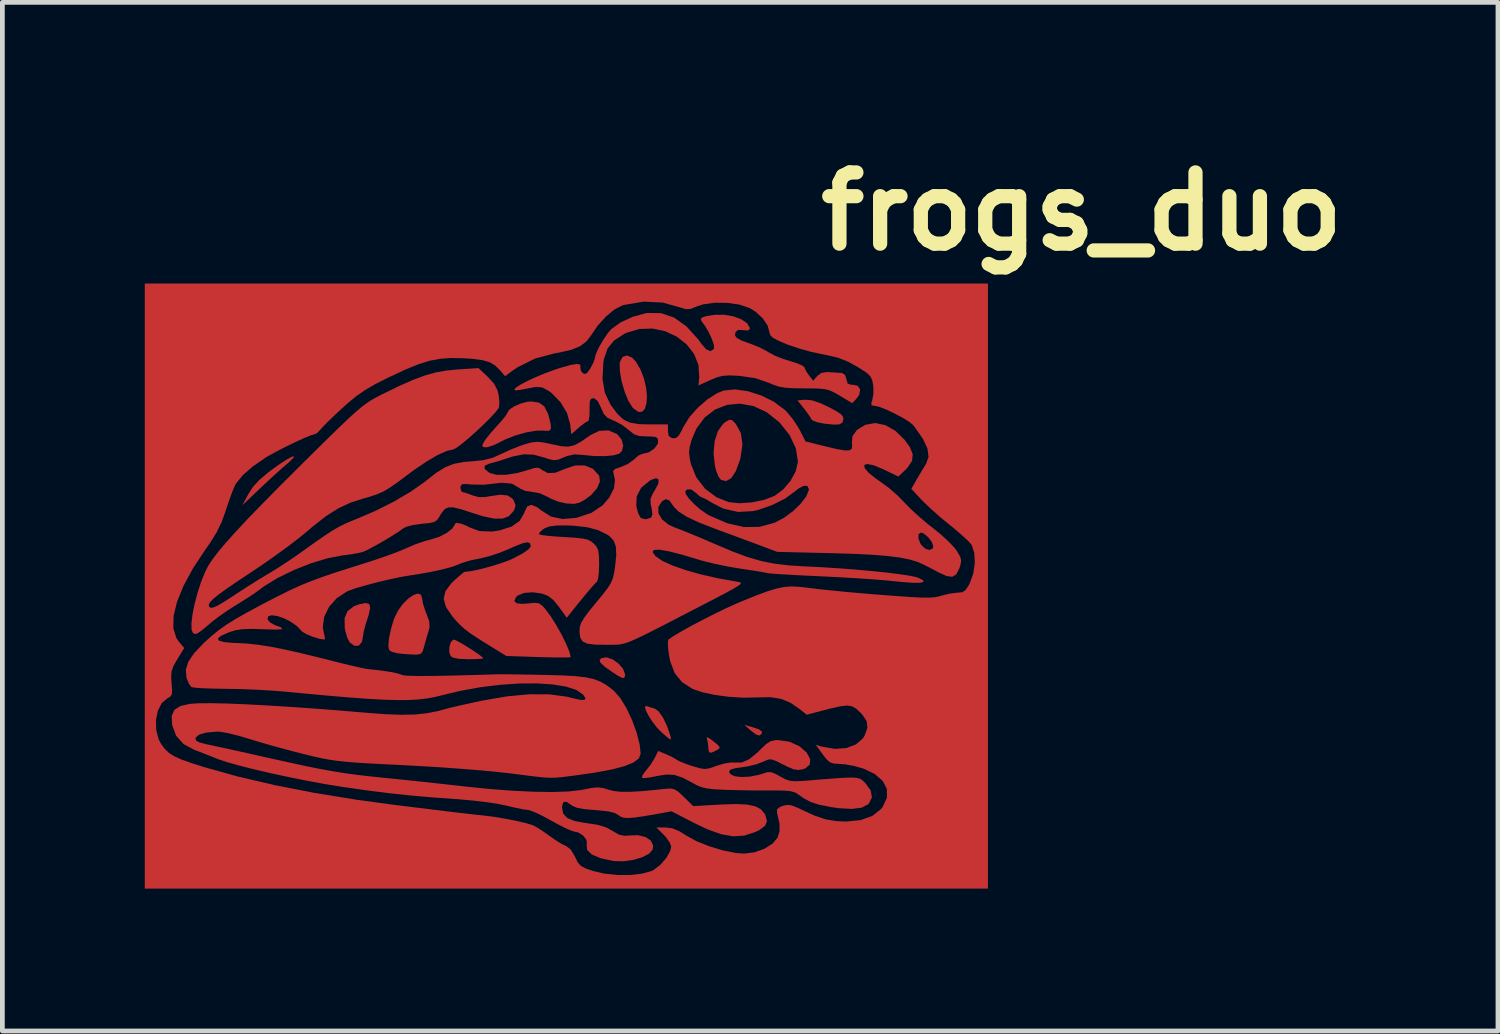
<source format=kicad_pcb>
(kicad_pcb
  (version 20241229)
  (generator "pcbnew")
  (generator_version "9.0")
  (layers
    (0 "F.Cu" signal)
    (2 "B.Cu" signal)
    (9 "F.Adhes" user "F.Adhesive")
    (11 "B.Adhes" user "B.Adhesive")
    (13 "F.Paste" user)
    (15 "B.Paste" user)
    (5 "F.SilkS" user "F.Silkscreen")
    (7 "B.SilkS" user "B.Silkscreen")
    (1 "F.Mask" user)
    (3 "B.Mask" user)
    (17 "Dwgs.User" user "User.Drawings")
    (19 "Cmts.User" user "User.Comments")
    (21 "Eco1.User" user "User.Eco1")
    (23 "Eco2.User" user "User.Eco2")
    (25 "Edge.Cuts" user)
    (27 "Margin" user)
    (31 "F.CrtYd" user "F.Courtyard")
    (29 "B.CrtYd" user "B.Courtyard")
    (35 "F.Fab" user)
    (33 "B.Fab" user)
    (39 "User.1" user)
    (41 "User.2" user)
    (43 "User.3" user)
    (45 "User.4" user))
  (footprint "frogs_duo"
    (layer "F.Cu")
    (at 19.74 1.404)
    (property "Reference" "frogs_duo" (at 0 0 0) (layer "F.SilkS") (effects (font (size 1.5 1.5) (thickness 0.3))))
    (attr board_only exclude_from_pos_files exclude_from_bom)
    (fp_poly (pts (xy -6.961 10.857) (xy -6.811 10.907) (xy -6.742 10.952) (xy -6.743 11.001) (xy -6.794 11.04) (xy -6.87 11.015) (xy -6.98 10.93) (xy -7.109 10.816)) (stroke (width 0) (type solid)) (fill yes) (layer "F.Cu"))
    (fp_poly (pts (xy -7.844 11.1) (xy -7.763 11.161) (xy -7.663 11.243) (xy -7.628 11.29) (xy -7.65 11.323) (xy -7.697 11.351) (xy -7.803 11.401) (xy -7.854 11.391) (xy -7.868 11.316) (xy -7.868 11.3) (xy -7.881 11.176) (xy -7.9 11.108) (xy -7.899 11.073)) (stroke (width 0) (type solid)) (fill yes) (layer "F.Cu"))
    (fp_poly (pts (xy -9.886 9.435) (xy -9.762 9.522) (xy -9.666 9.633) (xy -9.623 9.752) (xy -9.625 9.79) (xy -9.643 9.827) (xy -9.688 9.825) (xy -9.776 9.778) (xy -9.892 9.703) (xy -10.052 9.589) (xy -10.139 9.508) (xy -10.16 9.452) (xy -10.124 9.411) (xy -10.015 9.392)) (stroke (width 0) (type solid)) (fill yes) (layer "F.Cu"))
    (fp_poly (pts (xy -16.607 5.187) (xy -16.682 5.264) (xy -16.752 5.325) (xy -16.875 5.431) (xy -17.037 5.578) (xy -17.215 5.743) (xy -17.32 5.842) (xy -17.684 6.189) (xy -17.556 5.95) (xy -17.46 5.801) (xy -17.328 5.657) (xy -17.142 5.5) (xy -17.054 5.433) (xy -16.881 5.31) (xy -16.742 5.221) (xy -16.645 5.169) (xy -16.598 5.157)) (stroke (width 0) (type solid)) (fill yes) (layer "F.Cu"))
    (fp_poly (pts (xy -9.171 10.419) (xy -9.071 10.452) (xy -8.998 10.472) (xy -8.915 10.532) (xy -8.824 10.662) (xy -8.739 10.839) (xy -8.673 11.032) (xy -8.656 11.101) (xy -8.664 11.124) (xy -8.711 11.096) (xy -8.809 11.012) (xy -8.856 10.971) (xy -8.952 10.872) (xy -9.045 10.751) (xy -9.125 10.628) (xy -9.181 10.519) (xy -9.204 10.442) (xy -9.184 10.416)) (stroke (width 0) (type solid)) (fill yes) (layer "F.Cu"))
    (fp_poly (pts (xy -15.011 8.271) (xy -14.992 8.354) (xy -15.025 8.505) (xy -15.052 8.586) (xy -15.1 8.739) (xy -15.132 8.868) (xy -15.139 8.922) (xy -15.165 9.068) (xy -15.233 9.147) (xy -15.327 9.15) (xy -15.425 9.076) (xy -15.474 8.983) (xy -15.515 8.842) (xy -15.528 8.774) (xy -15.531 8.566) (xy -15.467 8.417) (xy -15.33 8.314) (xy -15.227 8.276) (xy -15.088 8.248)) (stroke (width 0) (type solid)) (fill yes) (layer "F.Cu"))
    (fp_poly (pts (xy -13.172 9.042) (xy -13.064 9.101) (xy -12.932 9.181) (xy -12.797 9.267) (xy -12.685 9.345) (xy -12.618 9.4) (xy -12.608 9.414) (xy -12.65 9.423) (xy -12.761 9.43) (xy -12.916 9.433) (xy -12.924 9.433) (xy -13.128 9.424) (xy -13.252 9.397) (xy -13.297 9.366) (xy -13.327 9.281) (xy -13.323 9.17) (xy -13.292 9.071) (xy -13.241 9.02) (xy -13.231 9.019)) (stroke (width 0) (type solid)) (fill yes) (layer "F.Cu"))
    (fp_poly (pts (xy -9.477 3.078) (xy -9.396 3.163) (xy -9.295 3.336) (xy -9.224 3.523) (xy -9.18 3.711) (xy -9.162 3.887) (xy -9.171 4.039) (xy -9.204 4.154) (xy -9.261 4.219) (xy -9.342 4.223) (xy -9.444 4.152) (xy -9.465 4.13) (xy -9.552 3.994) (xy -9.631 3.801) (xy -9.695 3.582) (xy -9.732 3.371) (xy -9.736 3.199) (xy -9.731 3.169) (xy -9.675 3.065) (xy -9.584 3.034)) (stroke (width 0) (type solid)) (fill yes) (layer "F.Cu"))
    (fp_poly (pts (xy -7.369 4.396) (xy -7.298 4.467) (xy -7.289 4.477) (xy -7.183 4.67) (xy -7.15 4.912) (xy -7.192 5.195) (xy -7.202 5.232) (xy -7.29 5.471) (xy -7.388 5.621) (xy -7.497 5.68) (xy -7.602 5.655) (xy -7.655 5.587) (xy -7.706 5.457) (xy -7.73 5.363) (xy -7.759 5.092) (xy -7.736 4.839) (xy -7.666 4.625) (xy -7.553 4.469) (xy -7.51 4.436) (xy -7.426 4.388)) (stroke (width 0) (type solid)) (fill yes) (layer "F.Cu"))
    (fp_poly (pts (xy -5.689 3.978) (xy -5.506 4.039) (xy -5.339 4.118) (xy -5.171 4.207) (xy -5.073 4.272) (xy -5.029 4.328) (xy -5.024 4.385) (xy -5.048 4.451) (xy -5.108 4.485) (xy -5.22 4.491) (xy -5.402 4.473) (xy -5.45 4.466) (xy -5.584 4.438) (xy -5.674 4.402) (xy -5.694 4.382) (xy -5.732 4.318) (xy -5.807 4.213) (xy -5.851 4.155) (xy -5.991 3.98) (xy -5.829 3.966)) (stroke (width 0) (type solid)) (fill yes) (layer "F.Cu"))
    (fp_poly (pts (xy -13.921 8.074) (xy -13.896 8.162) (xy -13.878 8.269) (xy -13.831 8.413) (xy -13.805 8.478) (xy -13.748 8.634) (xy -13.741 8.753) (xy -13.756 8.818) (xy -13.796 8.949) (xy -13.841 9.11) (xy -13.85 9.145) (xy -13.886 9.267) (xy -13.931 9.322) (xy -14.015 9.336) (xy -14.094 9.334) (xy -14.256 9.324) (xy -14.404 9.31) (xy -14.425 9.307) (xy -14.533 9.278) (xy -14.593 9.239) (xy -14.609 9.149) (xy -14.596 8.998) (xy -14.558 8.811) (xy -14.5 8.613) (xy -14.486 8.573) (xy -14.408 8.413) (xy -14.306 8.271) (xy -14.193 8.157) (xy -14.082 8.08) (xy -13.987 8.049)) (stroke (width 0) (type solid)) (fill yes) (layer "F.Cu"))
    (fp_poly (pts (xy -11.437 4.027) (xy -11.323 4.108) (xy -11.246 4.26) (xy -11.23 4.315) (xy -11.189 4.483) (xy -11.185 4.58) (xy -11.223 4.621) (xy -11.309 4.621) (xy -11.331 4.617) (xy -11.494 4.618) (xy -11.705 4.654) (xy -11.934 4.719) (xy -12.15 4.804) (xy -12.247 4.854) (xy -12.386 4.922) (xy -12.51 4.963) (xy -12.552 4.969) (xy -12.624 4.96) (xy -12.626 4.914) (xy -12.603 4.866) (xy -12.545 4.78) (xy -12.444 4.656) (xy -12.326 4.524) (xy -12.215 4.4) (xy -12.135 4.299) (xy -12.102 4.242) (xy -12.102 4.24) (xy -12.061 4.175) (xy -11.958 4.106) (xy -11.82 4.046) (xy -11.676 4.009) (xy -11.605 4.003)) (stroke (width 0) (type solid)) (fill yes) (layer "F.Cu"))
    (fp_poly (pts (xy -6.163 11.17) (xy -5.95 11.265) (xy -5.8 11.396) (xy -5.723 11.537) (xy -5.731 11.65) (xy -5.823 11.73) (xy -5.876 11.75) (xy -5.973 11.766) (xy -6.073 11.751) (xy -6.205 11.696) (xy -6.29 11.652) (xy -6.436 11.579) (xy -6.529 11.544) (xy -6.6 11.544) (xy -6.678 11.574) (xy -6.719 11.594) (xy -6.863 11.648) (xy -7.042 11.69) (xy -7.122 11.702) (xy -7.303 11.728) (xy -7.403 11.758) (xy -7.433 11.798) (xy -7.405 11.853) (xy -7.318 11.897) (xy -7.171 11.914) (xy -6.992 11.905) (xy -6.809 11.869) (xy -6.742 11.849) (xy -6.627 11.813) (xy -6.541 11.813) (xy -6.443 11.853) (xy -6.358 11.901) (xy -6.245 11.962) (xy -6.146 11.994) (xy -6.029 12.003) (xy -5.861 11.995) (xy -5.804 11.991) (xy -5.46 11.962) (xy -5.195 11.942) (xy -4.997 11.929) (xy -4.855 11.925) (xy -4.756 11.93) (xy -4.688 11.946) (xy -4.639 11.971) (xy -4.596 12.008) (xy -4.557 12.048) (xy -4.448 12.198) (xy -4.423 12.342) (xy -4.485 12.469) (xy -4.506 12.49) (xy -4.64 12.56) (xy -4.843 12.586) (xy -5.12 12.571) (xy -5.292 12.546) (xy -5.531 12.499) (xy -5.711 12.441) (xy -5.864 12.359) (xy -5.978 12.278) (xy -6.045 12.238) (xy -6.133 12.213) (xy -6.263 12.2) (xy -6.456 12.197) (xy -6.553 12.197) (xy -6.819 12.198) (xy -7.124 12.194) (xy -7.414 12.187) (xy -7.5 12.184) (xy -7.729 12.173) (xy -7.891 12.156) (xy -8.012 12.128) (xy -8.118 12.084) (xy -8.198 12.04) (xy -8.409 11.928) (xy -8.583 11.87) (xy -8.752 11.861) (xy -8.95 11.893) (xy -8.958 11.895) (xy -9.107 11.924) (xy -9.219 11.937) (xy -9.263 11.932) (xy -9.261 11.887) (xy -9.207 11.806) (xy -9.189 11.786) (xy -9.085 11.654) (xy -9 11.515) (xy -8.924 11.365) (xy -8.757 11.435) (xy -8.634 11.492) (xy -8.545 11.543) (xy -8.534 11.551) (xy -8.464 11.588) (xy -8.335 11.639) (xy -8.209 11.682) (xy -8.056 11.728) (xy -7.951 11.745) (xy -7.855 11.733) (xy -7.729 11.691) (xy -7.692 11.677) (xy -7.534 11.63) (xy -7.391 11.607) (xy -7.326 11.609) (xy -7.17 11.609) (xy -7.012 11.542) (xy -6.837 11.4) (xy -6.777 11.34) (xy -6.654 11.221) (xy -6.557 11.159) (xy -6.454 11.137) (xy -6.402 11.136)) (stroke (width 0) (type solid)) (fill yes) (layer "F.Cu"))
    (fp_poly (pts (xy -12.517 3.481) (xy -12.383 3.627) (xy -12.309 3.771) (xy -12.286 3.866) (xy -12.271 4.006) (xy -12.277 4.115) (xy -12.286 4.141) (xy -12.35 4.227) (xy -12.462 4.348) (xy -12.606 4.491) (xy -12.766 4.641) (xy -12.926 4.783) (xy -13.07 4.902) (xy -13.183 4.985) (xy -13.248 5.016) (xy -13.248 5.016) (xy -13.383 5.046) (xy -13.572 5.132) (xy -13.804 5.268) (xy -14.066 5.445) (xy -14.209 5.551) (xy -14.421 5.71) (xy -14.584 5.823) (xy -14.723 5.904) (xy -14.86 5.963) (xy -15.019 6.015) (xy -15.139 6.048) (xy -15.413 6.137) (xy -15.666 6.256) (xy -15.922 6.418) (xy -16.201 6.636) (xy -16.319 6.737) (xy -16.494 6.881) (xy -16.725 7.057) (xy -16.99 7.25) (xy -17.267 7.444) (xy -17.486 7.591) (xy -17.791 7.793) (xy -18.024 7.953) (xy -18.194 8.077) (xy -18.308 8.171) (xy -18.372 8.24) (xy -18.394 8.291) (xy -18.386 8.324) (xy -18.354 8.349) (xy -18.298 8.344) (xy -18.206 8.304) (xy -18.067 8.222) (xy -17.868 8.093) (xy -17.808 8.053) (xy -17.599 7.917) (xy -17.378 7.778) (xy -17.181 7.657) (xy -17.117 7.62) (xy -16.948 7.517) (xy -16.738 7.38) (xy -16.519 7.231) (xy -16.404 7.149) (xy -16.144 6.963) (xy -15.94 6.822) (xy -15.776 6.715) (xy -15.634 6.634) (xy -15.497 6.567) (xy -15.349 6.505) (xy -15.28 6.478) (xy -14.884 6.309) (xy -14.498 6.115) (xy -14.147 5.909) (xy -13.856 5.706) (xy -13.811 5.669) (xy -13.593 5.5) (xy -13.409 5.387) (xy -13.229 5.317) (xy -13.025 5.278) (xy -12.841 5.263) (xy -12.602 5.239) (xy -12.409 5.188) (xy -12.235 5.11) (xy -12.045 5.022) (xy -11.839 4.94) (xy -11.728 4.903) (xy -11.591 4.866) (xy -11.48 4.853) (xy -11.36 4.863) (xy -11.196 4.897) (xy -11.147 4.908) (xy -10.961 4.946) (xy -10.82 4.955) (xy -10.695 4.926) (xy -10.557 4.854) (xy -10.38 4.731) (xy -10.358 4.715) (xy -10.166 4.622) (xy -9.974 4.612) (xy -9.799 4.686) (xy -9.784 4.697) (xy -9.694 4.808) (xy -9.662 4.934) (xy -9.689 5.047) (xy -9.748 5.104) (xy -9.868 5.138) (xy -10.049 5.154) (xy -10.264 5.153) (xy -10.485 5.132) (xy -10.505 5.129) (xy -10.69 5.118) (xy -10.851 5.154) (xy -10.912 5.18) (xy -11.03 5.228) (xy -11.12 5.24) (xy -11.224 5.218) (xy -11.319 5.186) (xy -11.549 5.123) (xy -11.76 5.116) (xy -11.992 5.163) (xy -12.097 5.197) (xy -12.263 5.251) (xy -12.413 5.295) (xy -12.485 5.313) (xy -12.578 5.355) (xy -12.584 5.417) (xy -12.504 5.49) (xy -12.466 5.512) (xy -12.326 5.548) (xy -12.126 5.547) (xy -11.891 5.51) (xy -11.673 5.448) (xy -11.539 5.406) (xy -11.459 5.398) (xy -11.402 5.422) (xy -11.371 5.448) (xy -11.248 5.512) (xy -11.092 5.504) (xy -10.905 5.43) (xy -10.682 5.352) (xy -10.475 5.35) (xy -10.3 5.421) (xy -10.173 5.561) (xy -10.168 5.57) (xy -10.153 5.69) (xy -10.212 5.829) (xy -10.335 5.971) (xy -10.447 6.057) (xy -10.577 6.132) (xy -10.693 6.16) (xy -10.844 6.153) (xy -10.861 6.151) (xy -11.035 6.112) (xy -11.194 6.047) (xy -11.239 6.02) (xy -11.42 5.935) (xy -11.58 5.908) (xy -11.724 5.886) (xy -11.833 5.84) (xy -11.85 5.826) (xy -12.006 5.735) (xy -12.22 5.714) (xy -12.346 5.729) (xy -12.592 5.757) (xy -12.856 5.752) (xy -12.953 5.743) (xy -13.052 5.744) (xy -13.088 5.787) (xy -13.091 5.821) (xy -13.072 5.896) (xy -13.045 5.913) (xy -12.975 5.93) (xy -12.863 5.971) (xy -12.844 5.979) (xy -12.71 6.017) (xy -12.563 6.015) (xy -12.46 5.997) (xy -12.244 5.967) (xy -12.094 5.984) (xy -11.995 6.051) (xy -11.963 6.099) (xy -11.929 6.194) (xy -11.956 6.283) (xy -11.98 6.323) (xy -12.075 6.422) (xy -12.206 6.471) (xy -12.385 6.47) (xy -12.621 6.42) (xy -12.852 6.347) (xy -13.078 6.273) (xy -13.237 6.235) (xy -13.347 6.235) (xy -13.426 6.274) (xy -13.491 6.356) (xy -13.53 6.423) (xy -13.579 6.497) (xy -13.641 6.54) (xy -13.743 6.564) (xy -13.907 6.58) (xy -14.094 6.605) (xy -14.237 6.644) (xy -14.294 6.675) (xy -14.39 6.744) (xy -14.54 6.84) (xy -14.717 6.946) (xy -14.896 7.047) (xy -15.047 7.128) (xy -15.139 7.17) (xy -15.244 7.196) (xy -15.404 7.224) (xy -15.569 7.245) (xy -15.881 7.303) (xy -16.232 7.409) (xy -16.592 7.551) (xy -16.933 7.716) (xy -17.224 7.893) (xy -17.333 7.975) (xy -17.435 8.049) (xy -17.587 8.149) (xy -17.759 8.257) (xy -17.795 8.278) (xy -17.982 8.396) (xy -18.166 8.523) (xy -18.312 8.634) (xy -18.324 8.644) (xy -18.479 8.775) (xy -18.58 8.855) (xy -18.644 8.894) (xy -18.687 8.9) (xy -18.722 8.884) (xy -18.754 8.815) (xy -18.757 8.677) (xy -18.735 8.49) (xy -18.691 8.271) (xy -18.63 8.038) (xy -18.556 7.809) (xy -18.473 7.603) (xy -18.407 7.471) (xy -18.32 7.337) (xy -18.197 7.175) (xy -18.034 6.981) (xy -17.827 6.75) (xy -17.57 6.475) (xy -17.259 6.154) (xy -16.89 5.78) (xy -16.465 5.356) (xy -16.137 5.031) (xy -15.866 4.763) (xy -15.643 4.547) (xy -15.463 4.375) (xy -15.315 4.24) (xy -15.193 4.136) (xy -15.088 4.054) (xy -14.992 3.989) (xy -14.897 3.933) (xy -14.796 3.88) (xy -14.748 3.855) (xy -14.392 3.682) (xy -14.096 3.551) (xy -13.841 3.456) (xy -13.61 3.391) (xy -13.383 3.351) (xy -13.162 3.329) (xy -12.711 3.3)) (stroke (width 0) (type solid)) (fill yes) (layer "F.Cu"))
    (fp_poly (pts (xy -1.979 7.891) (xy -1.979 14.264) (xy -10.859 14.264) (xy -19.74 14.264) (xy -19.74 10.718) (xy -19.505 10.718) (xy -19.499 10.928) (xy -19.445 11.127) (xy -19.396 11.218) (xy -19.319 11.322) (xy -19.232 11.405) (xy -19.118 11.478) (xy -18.962 11.548) (xy -18.747 11.624) (xy -18.498 11.703) (xy -17.795 11.9) (xy -17.013 12.083) (xy -16.165 12.249) (xy -15.263 12.395) (xy -14.552 12.492) (xy -14.081 12.55) (xy -13.691 12.598) (xy -13.372 12.637) (xy -13.114 12.668) (xy -12.907 12.692) (xy -12.741 12.711) (xy -12.608 12.724) (xy -12.388 12.752) (xy -12.146 12.792) (xy -11.911 12.838) (xy -11.709 12.886) (xy -11.568 12.929) (xy -11.559 12.932) (xy -11.467 12.982) (xy -11.334 13.069) (xy -11.214 13.155) (xy -11.072 13.254) (xy -10.943 13.332) (xy -10.867 13.366) (xy -10.769 13.439) (xy -10.679 13.588) (xy -10.675 13.599) (xy -10.62 13.71) (xy -10.558 13.783) (xy -10.46 13.837) (xy -10.301 13.893) (xy -10.298 13.894) (xy -10.056 13.95) (xy -9.785 13.978) (xy -9.511 13.978) (xy -9.263 13.949) (xy -9.066 13.894) (xy -9.017 13.869) (xy -8.877 13.761) (xy -8.755 13.62) (xy -8.673 13.476) (xy -8.651 13.379) (xy -8.682 13.294) (xy -8.76 13.184) (xy -8.807 13.133) (xy -8.964 12.976) (xy -8.773 12.976) (xy -8.624 12.995) (xy -8.473 13.059) (xy -8.341 13.143) (xy -8.124 13.263) (xy -7.852 13.372) (xy -7.56 13.46) (xy -7.283 13.515) (xy -7.12 13.527) (xy -6.896 13.5) (xy -6.684 13.424) (xy -6.511 13.313) (xy -6.412 13.193) (xy -6.368 13.057) (xy -6.37 12.893) (xy -6.42 12.677) (xy -6.421 12.671) (xy -6.424 12.597) (xy -6.365 12.547) (xy -6.306 12.523) (xy -6.214 12.501) (xy -6.123 12.509) (xy -6.003 12.555) (xy -5.899 12.604) (xy -5.629 12.728) (xy -5.398 12.805) (xy -5.175 12.843) (xy -4.972 12.852) (xy -4.663 12.822) (xy -4.413 12.733) (xy -4.23 12.587) (xy -4.194 12.54) (xy -4.107 12.348) (xy -4.108 12.165) (xy -4.195 11.997) (xy -4.363 11.851) (xy -4.593 11.74) (xy -4.783 11.685) (xy -4.981 11.648) (xy -5.089 11.639) (xy -5.226 11.631) (xy -5.315 11.6) (xy -5.393 11.524) (xy -5.46 11.436) (xy -5.606 11.236) (xy -5.461 11.278) (xy -5.199 11.321) (xy -4.959 11.303) (xy -4.757 11.226) (xy -4.611 11.097) (xy -4.579 11.045) (xy -4.518 10.879) (xy -4.533 10.737) (xy -4.628 10.596) (xy -4.666 10.556) (xy -4.756 10.473) (xy -4.841 10.425) (xy -4.942 10.408) (xy -5.079 10.422) (xy -5.272 10.465) (xy -5.411 10.5) (xy -5.797 10.602) (xy -5.924 10.499) (xy -6.131 10.354) (xy -6.334 10.268) (xy -6.563 10.232) (xy -6.847 10.237) (xy -7.134 10.243) (xy -7.441 10.224) (xy -7.741 10.183) (xy -8.005 10.126) (xy -8.202 10.057) (xy -8.423 9.915) (xy -8.576 9.728) (xy -8.671 9.479) (xy -8.694 9.369) (xy -8.716 9.207) (xy -8.722 9.082) (xy -8.712 9.021) (xy -8.711 9.02) (xy -8.61 8.949) (xy -8.445 8.85) (xy -8.232 8.732) (xy -7.989 8.604) (xy -7.736 8.475) (xy -7.491 8.357) (xy -7.27 8.257) (xy -7.201 8.227) (xy -6.887 8.1) (xy -6.639 8.007) (xy -6.441 7.946) (xy -6.274 7.911) (xy -6.122 7.899) (xy -5.967 7.906) (xy -5.865 7.917) (xy -5.46 7.965) (xy -4.965 8.015) (xy -4.384 8.065) (xy -3.886 8.103) (xy -3.592 8.123) (xy -3.373 8.134) (xy -3.213 8.135) (xy -3.094 8.126) (xy -3.002 8.107) (xy -2.966 8.096) (xy -2.804 8.054) (xy -2.643 8.032) (xy -2.623 8.031) (xy -2.52 8.021) (xy -2.451 7.977) (xy -2.386 7.878) (xy -2.358 7.824) (xy -2.287 7.624) (xy -2.256 7.404) (xy -2.266 7.197) (xy -2.318 7.034) (xy -2.326 7.02) (xy -2.392 6.945) (xy -2.512 6.833) (xy -2.666 6.7) (xy -2.779 6.608) (xy -2.969 6.452) (xy -3.158 6.285) (xy -3.318 6.135) (xy -3.377 6.075) (xy -3.593 5.844) (xy -3.468 5.625) (xy -3.385 5.483) (xy -3.311 5.362) (xy -3.282 5.316) (xy -3.23 5.172) (xy -3.252 4.999) (xy -3.348 4.791) (xy -3.522 4.543) (xy -3.557 4.499) (xy -3.638 4.431) (xy -3.777 4.346) (xy -3.946 4.256) (xy -4.118 4.175) (xy -4.265 4.117) (xy -4.359 4.096) (xy -4.428 4.086) (xy -4.436 4.038) (xy -4.415 3.973) (xy -4.392 3.848) (xy -4.393 3.692) (xy -4.398 3.653) (xy -4.418 3.55) (xy -4.456 3.473) (xy -4.529 3.403) (xy -4.655 3.319) (xy -4.737 3.268) (xy -4.94 3.158) (xy -5.136 3.082) (xy -5.368 3.027) (xy -5.457 3.01) (xy -5.702 2.958) (xy -5.967 2.884) (xy -6.2 2.805) (xy -6.223 2.795) (xy -6.405 2.717) (xy -6.514 2.657) (xy -6.567 2.603) (xy -6.58 2.552) (xy -6.62 2.404) (xy -6.726 2.249) (xy -6.878 2.109) (xy -7.001 2.034) (xy -7.21 1.963) (xy -7.465 1.926) (xy -7.731 1.923) (xy -7.973 1.956) (xy -8.122 2.005) (xy -8.249 2.055) (xy -8.347 2.058) (xy -8.438 2.029) (xy -8.827 1.92) (xy -9.233 1.9) (xy -9.642 1.969) (xy -9.677 1.979) (xy -9.843 2.062) (xy -10.023 2.211) (xy -10.198 2.404) (xy -10.335 2.605) (xy -10.436 2.738) (xy -10.569 2.838) (xy -10.752 2.913) (xy -11.004 2.972) (xy -11.113 2.991) (xy -11.516 3.098) (xy -11.887 3.282) (xy -12.001 3.36) (xy -12.151 3.471) (xy -12.253 3.35) (xy -12.355 3.249) (xy -12.471 3.178) (xy -12.623 3.133) (xy -12.831 3.105) (xy -13.033 3.092) (xy -13.287 3.087) (xy -13.514 3.103) (xy -13.734 3.144) (xy -13.968 3.216) (xy -14.237 3.325) (xy -14.56 3.475) (xy -14.618 3.502) (xy -14.887 3.639) (xy -15.1 3.762) (xy -15.287 3.893) (xy -15.476 4.049) (xy -15.579 4.142) (xy -15.744 4.295) (xy -15.888 4.434) (xy -15.995 4.543) (xy -16.046 4.601) (xy -16.116 4.673) (xy -16.165 4.694) (xy -16.239 4.715) (xy -16.373 4.769) (xy -16.547 4.848) (xy -16.74 4.941) (xy -16.933 5.039) (xy -17.104 5.132) (xy -17.191 5.183) (xy -17.459 5.367) (xy -17.671 5.552) (xy -17.813 5.724) (xy -17.838 5.767) (xy -17.885 5.875) (xy -17.947 6.041) (xy -18.013 6.235) (xy -18.035 6.303) (xy -18.12 6.54) (xy -18.224 6.755) (xy -18.365 6.983) (xy -18.463 7.123) (xy -18.724 7.517) (xy -18.924 7.886) (xy -19.061 8.223) (xy -19.133 8.522) (xy -19.139 8.778) (xy -19.076 8.984) (xy -19.026 9.058) (xy -18.909 9.197) (xy -19.055 9.433) (xy -19.138 9.579) (xy -19.177 9.695) (xy -19.184 9.825) (xy -19.176 9.937) (xy -19.165 10.089) (xy -19.173 10.176) (xy -19.207 10.225) (xy -19.264 10.256) (xy -19.384 10.357) (xy -19.465 10.519) (xy -19.505 10.718) (xy -19.74 10.718) (xy -19.74 7.891) (xy -19.74 1.518) (xy -10.859 1.518) (xy -1.979 1.518)) (stroke (width 0) (type solid)) (fill yes) (layer "F.Cu"))
    (fp_poly (pts (xy -8.864 2.142) (xy -8.59 2.236) (xy -8.33 2.421) (xy -8.081 2.696) (xy -8.011 2.795) (xy -7.912 2.906) (xy -7.824 2.943) (xy -7.759 2.903) (xy -7.749 2.88) (xy -7.755 2.803) (xy -7.798 2.678) (xy -7.866 2.535) (xy -7.944 2.403) (xy -7.992 2.34) (xy -8.029 2.278) (xy -8.005 2.235) (xy -7.909 2.204) (xy -7.738 2.178) (xy -7.537 2.176) (xy -7.341 2.21) (xy -7.172 2.273) (xy -7.05 2.357) (xy -6.995 2.453) (xy -6.994 2.468) (xy -7.025 2.507) (xy -7.126 2.502) (xy -7.132 2.501) (xy -7.24 2.495) (xy -7.294 2.54) (xy -7.299 2.553) (xy -7.307 2.614) (xy -7.269 2.665) (xy -7.171 2.718) (xy -7 2.781) (xy -6.976 2.789) (xy -6.808 2.856) (xy -6.648 2.937) (xy -6.598 2.968) (xy -6.471 3.036) (xy -6.297 3.105) (xy -6.145 3.153) (xy -5.993 3.201) (xy -5.885 3.248) (xy -5.843 3.285) (xy -5.843 3.285) (xy -5.816 3.354) (xy -5.751 3.45) (xy -5.75 3.451) (xy -5.659 3.566) (xy -5.577 3.469) (xy -5.49 3.402) (xy -5.367 3.383) (xy -5.313 3.386) (xy -5.174 3.396) (xy -5.067 3.402) (xy -5.053 3.402) (xy -4.986 3.447) (xy -4.961 3.532) (xy -4.935 3.624) (xy -4.866 3.651) (xy -4.824 3.65) (xy -4.718 3.675) (xy -4.671 3.753) (xy -4.689 3.859) (xy -4.744 3.939) (xy -4.838 4.039) (xy -5.097 3.883) (xy -5.216 3.814) (xy -5.314 3.769) (xy -5.417 3.743) (xy -5.55 3.731) (xy -5.738 3.727) (xy -5.847 3.727) (xy -6.081 3.724) (xy -6.25 3.713) (xy -6.382 3.69) (xy -6.504 3.649) (xy -6.6 3.608) (xy -6.88 3.512) (xy -7.209 3.464) (xy -7.221 3.463) (xy -7.419 3.454) (xy -7.562 3.462) (xy -7.687 3.494) (xy -7.828 3.552) (xy -8.077 3.666) (xy -8.06 3.492) (xy -8.077 3.233) (xy -8.171 2.998) (xy -8.329 2.797) (xy -8.536 2.636) (xy -8.779 2.523) (xy -9.045 2.467) (xy -9.321 2.476) (xy -9.592 2.556) (xy -9.642 2.58) (xy -9.855 2.719) (xy -9.992 2.888) (xy -10.067 3.106) (xy -10.08 3.185) (xy -10.098 3.528) (xy -10.049 3.817) (xy -9.931 4.066) (xy -9.918 4.086) (xy -9.783 4.266) (xy -9.658 4.383) (xy -9.518 4.45) (xy -9.335 4.48) (xy -9.119 4.486) (xy -8.72 4.486) (xy -8.72 4.624) (xy -8.704 4.728) (xy -8.642 4.772) (xy -8.615 4.777) (xy -8.549 4.772) (xy -8.493 4.723) (xy -8.43 4.613) (xy -8.394 4.538) (xy -8.271 4.338) (xy -8.095 4.139) (xy -7.891 3.961) (xy -7.683 3.828) (xy -7.542 3.772) (xy -7.306 3.749) (xy -7.034 3.787) (xy -6.752 3.877) (xy -6.485 4.011) (xy -6.257 4.181) (xy -6.212 4.226) (xy -6.092 4.372) (xy -5.976 4.546) (xy -5.936 4.619) (xy -5.821 4.845) (xy -5.384 4.953) (xy -5.147 5.009) (xy -4.987 5.035) (xy -4.89 5.031) (xy -4.845 4.995) (xy -4.839 4.925) (xy -4.846 4.887) (xy -4.833 4.735) (xy -4.736 4.6) (xy -4.562 4.495) (xy -4.561 4.495) (xy -4.356 4.457) (xy -4.141 4.501) (xy -3.929 4.621) (xy -3.735 4.81) (xy -3.627 4.959) (xy -3.563 5.113) (xy -3.577 5.254) (xy -3.674 5.399) (xy -3.726 5.451) (xy -3.866 5.585) (xy -4.182 5.432) (xy -4.385 5.348) (xy -4.52 5.32) (xy -4.584 5.34) (xy -4.577 5.403) (xy -4.497 5.501) (xy -4.343 5.626) (xy -4.238 5.698) (xy -4.062 5.827) (xy -3.877 5.989) (xy -3.75 6.12) (xy -3.611 6.262) (xy -3.428 6.43) (xy -3.231 6.596) (xy -3.141 6.666) (xy -2.964 6.81) (xy -2.803 6.958) (xy -2.681 7.088) (xy -2.637 7.147) (xy -2.566 7.267) (xy -2.542 7.353) (xy -2.558 7.447) (xy -2.583 7.522) (xy -2.645 7.644) (xy -2.73 7.696) (xy -2.853 7.679) (xy -3.011 7.608) (xy -3.151 7.533) (xy -3.303 7.454) (xy -3.316 7.447) (xy -3.46 7.383) (xy -3.633 7.331) (xy -3.845 7.289) (xy -4.106 7.257) (xy -4.427 7.231) (xy -4.82 7.212) (xy -5.269 7.199) (xy -6.419 7.171) (xy -6.833 7.015) (xy -7.07 6.927) (xy -7.183 6.885) (xy -3.444 6.885) (xy -3.401 6.997) (xy -3.379 7.03) (xy -3.298 7.105) (xy -3.21 7.131) (xy -3.145 7.105) (xy -3.129 7.055) (xy -3.161 6.964) (xy -3.238 6.863) (xy -3.33 6.786) (xy -3.39 6.764) (xy -3.441 6.799) (xy -3.444 6.885) (xy -7.183 6.885) (xy -7.347 6.824) (xy -7.615 6.726) (xy -7.707 6.692) (xy -8.057 6.556) (xy -8.32 6.433) (xy -8.5 6.319) (xy -8.602 6.214) (xy -8.611 6.199) (xy -8.69 6.087) (xy -8.769 6.061) (xy -8.845 6.106) (xy -8.923 6.226) (xy -8.92 6.358) (xy -8.844 6.487) (xy -8.703 6.601) (xy -8.541 6.672) (xy -8.434 6.711) (xy -8.264 6.78) (xy -8.051 6.868) (xy -7.816 6.969) (xy -7.735 7.004) (xy -7.364 7.161) (xy -7.047 7.279) (xy -6.759 7.363) (xy -6.476 7.42) (xy -6.172 7.456) (xy -5.822 7.478) (xy -5.806 7.478) (xy -5.451 7.496) (xy -5.086 7.52) (xy -4.725 7.548) (xy -4.382 7.579) (xy -4.071 7.612) (xy -3.806 7.646) (xy -3.601 7.678) (xy -3.471 7.708) (xy -3.452 7.715) (xy -3.349 7.767) (xy -3.334 7.803) (xy -3.404 7.822) (xy -3.556 7.823) (xy -3.786 7.806) (xy -3.923 7.792) (xy -4.127 7.772) (xy -4.4 7.75) (xy -4.72 7.728) (xy -5.065 7.708) (xy -5.411 7.69) (xy -5.507 7.685) (xy -5.813 7.671) (xy -6.091 7.657) (xy -6.325 7.643) (xy -6.503 7.631) (xy -6.61 7.621) (xy -6.634 7.617) (xy -6.702 7.602) (xy -6.841 7.578) (xy -7.027 7.549) (xy -7.201 7.523) (xy -7.458 7.48) (xy -7.728 7.424) (xy -7.971 7.365) (xy -8.076 7.334) (xy -8.434 7.227) (xy -8.711 7.157) (xy -8.905 7.125) (xy -9.016 7.131) (xy -9.044 7.174) (xy -8.988 7.255) (xy -8.984 7.259) (xy -8.845 7.357) (xy -8.628 7.457) (xy -8.345 7.556) (xy -8.01 7.65) (xy -7.636 7.733) (xy -7.261 7.8) (xy -7.209 7.81) (xy -7.183 7.824) (xy -7.191 7.849) (xy -7.241 7.888) (xy -7.342 7.949) (xy -7.501 8.036) (xy -7.726 8.154) (xy -7.997 8.294) (xy -8.399 8.502) (xy -8.728 8.673) (xy -8.994 8.809) (xy -9.204 8.915) (xy -9.369 8.994) (xy -9.498 9.051) (xy -9.6 9.089) (xy -9.684 9.112) (xy -9.759 9.124) (xy -9.835 9.128) (xy -9.92 9.128) (xy -10.021 9.129) (xy -10.259 9.125) (xy -10.42 9.104) (xy -10.519 9.056) (xy -10.568 8.975) (xy -10.583 8.853) (xy -10.583 8.833) (xy -10.576 8.748) (xy -10.546 8.661) (xy -10.483 8.557) (xy -10.379 8.417) (xy -10.232 8.239) (xy -10.083 8.057) (xy -9.981 7.923) (xy -9.916 7.816) (xy -9.876 7.714) (xy -9.85 7.595) (xy -9.834 7.486) (xy -9.808 7.238) (xy -9.817 7.058) (xy -9.866 6.93) (xy -9.958 6.835) (xy -9.998 6.808) (xy -10.195 6.712) (xy -10.424 6.651) (xy -10.709 6.62) (xy -10.854 6.614) (xy -11.064 6.616) (xy -11.208 6.634) (xy -11.311 6.672) (xy -11.34 6.689) (xy -11.417 6.753) (xy -11.437 6.799) (xy -11.435 6.802) (xy -11.379 6.817) (xy -11.251 6.833) (xy -11.072 6.849) (xy -10.902 6.859) (xy -10.674 6.873) (xy -10.519 6.89) (xy -10.414 6.913) (xy -10.342 6.948) (xy -10.285 6.994) (xy -10.224 7.061) (xy -10.189 7.139) (xy -10.173 7.253) (xy -10.169 7.431) (xy -10.169 7.437) (xy -10.175 7.604) (xy -10.191 7.733) (xy -10.213 7.798) (xy -10.216 7.8) (xy -10.263 7.846) (xy -10.353 7.948) (xy -10.471 8.088) (xy -10.557 8.193) (xy -10.851 8.558) (xy -11.015 8.33) (xy -11.135 8.184) (xy -11.249 8.097) (xy -11.371 8.051) (xy -11.566 8.022) (xy -11.746 8.036) (xy -11.882 8.089) (xy -11.917 8.121) (xy -11.956 8.203) (xy -11.911 8.253) (xy -11.786 8.267) (xy -11.668 8.258) (xy -11.524 8.244) (xy -11.435 8.256) (xy -11.365 8.306) (xy -11.299 8.38) (xy -11.19 8.527) (xy -11.073 8.713) (xy -10.96 8.914) (xy -10.864 9.109) (xy -10.796 9.273) (xy -10.768 9.385) (xy -10.768 9.387) (xy -10.811 9.394) (xy -10.93 9.396) (xy -11.109 9.395) (xy -11.332 9.39) (xy -11.446 9.387) (xy -12.125 9.364) (xy -12.493 9.137) (xy -12.72 8.995) (xy -12.886 8.885) (xy -13.011 8.79) (xy -13.112 8.697) (xy -13.21 8.591) (xy -13.264 8.527) (xy -13.396 8.332) (xy -13.444 8.161) (xy -13.407 7.999) (xy -13.284 7.834) (xy -13.23 7.782) (xy -13.119 7.682) (xy -13.036 7.613) (xy -13.004 7.592) (xy -12.869 7.577) (xy -12.677 7.537) (xy -12.458 7.479) (xy -12.242 7.412) (xy -12.058 7.345) (xy -11.985 7.312) (xy -11.782 7.205) (xy -11.659 7.121) (xy -11.609 7.053) (xy -11.624 6.995) (xy -11.633 6.984) (xy -11.685 6.969) (xy -11.783 6.99) (xy -11.941 7.053) (xy -12.043 7.099) (xy -12.254 7.186) (xy -12.478 7.261) (xy -12.671 7.309) (xy -12.691 7.312) (xy -12.872 7.349) (xy -13.038 7.398) (xy -13.128 7.434) (xy -13.259 7.484) (xy -13.461 7.539) (xy -13.711 7.593) (xy -13.988 7.642) (xy -14.132 7.663) (xy -14.337 7.698) (xy -14.58 7.749) (xy -14.837 7.81) (xy -15.084 7.875) (xy -15.297 7.937) (xy -15.451 7.992) (xy -15.483 8.006) (xy -15.696 8.147) (xy -15.859 8.33) (xy -15.96 8.537) (xy -15.99 8.748) (xy -15.974 8.854) (xy -15.95 8.96) (xy -15.947 9.016) (xy -15.95 9.019) (xy -16.062 9.002) (xy -16.203 8.959) (xy -16.336 8.904) (xy -16.426 8.85) (xy -16.44 8.835) (xy -16.538 8.732) (xy -16.668 8.641) (xy -16.811 8.569) (xy -16.95 8.522) (xy -17.066 8.506) (xy -17.14 8.528) (xy -17.155 8.589) (xy -17.105 8.655) (xy -17.003 8.713) (xy -16.994 8.716) (xy -16.881 8.758) (xy -16.84 8.787) (xy -16.874 8.803) (xy -16.988 8.808) (xy -17.188 8.803) (xy -17.267 8.8) (xy -17.508 8.793) (xy -17.685 8.8) (xy -17.826 8.822) (xy -17.957 8.862) (xy -17.969 8.866) (xy -18.13 8.937) (xy -18.2 8.995) (xy -18.18 9.04) (xy -18.068 9.072) (xy -17.866 9.09) (xy -17.785 9.092) (xy -17.572 9.104) (xy -17.343 9.129) (xy -17.086 9.17) (xy -16.786 9.229) (xy -16.429 9.31) (xy -16.003 9.414) (xy -15.827 9.459) (xy -15.584 9.52) (xy -15.363 9.573) (xy -15.186 9.613) (xy -15.071 9.636) (xy -15.047 9.639) (xy -14.789 9.667) (xy -14.573 9.699) (xy -14.415 9.731) (xy -14.33 9.76) (xy -14.327 9.763) (xy -14.271 9.775) (xy -14.14 9.783) (xy -13.93 9.786) (xy -13.64 9.784) (xy -13.266 9.777) (xy -12.805 9.765) (xy -12.286 9.749) (xy -12.205 9.749) (xy -12.048 9.751) (xy -11.833 9.754) (xy -11.576 9.758) (xy -11.297 9.764) (xy -10.944 9.774) (xy -10.667 9.789) (xy -10.451 9.814) (xy -10.281 9.851) (xy -10.14 9.905) (xy -10.013 9.978) (xy -9.885 10.076) (xy -9.856 10.1) (xy -9.725 10.249) (xy -9.594 10.462) (xy -9.475 10.716) (xy -9.378 10.982) (xy -9.314 11.235) (xy -9.295 11.424) (xy -9.331 11.52) (xy -9.443 11.606) (xy -9.633 11.684) (xy -9.904 11.756) (xy -10.261 11.822) (xy -10.675 11.881) (xy -10.85 11.903) (xy -10.983 11.919) (xy -11.093 11.928) (xy -11.198 11.93) (xy -11.314 11.925) (xy -11.46 11.91) (xy -11.653 11.887) (xy -11.911 11.854) (xy -12.079 11.833) (xy -12.334 11.805) (xy -12.66 11.774) (xy -13.037 11.744) (xy -13.443 11.714) (xy -13.859 11.688) (xy -14.263 11.666) (xy -14.291 11.664) (xy -14.698 11.644) (xy -15.027 11.627) (xy -15.294 11.61) (xy -15.511 11.592) (xy -15.694 11.572) (xy -15.858 11.548) (xy -16.016 11.518) (xy -16.183 11.481) (xy -16.373 11.435) (xy -16.385 11.432) (xy -16.675 11.358) (xy -16.986 11.274) (xy -17.281 11.19) (xy -17.525 11.116) (xy -17.542 11.111) (xy -17.76 11.046) (xy -17.964 10.995) (xy -18.128 10.964) (xy -18.209 10.957) (xy -18.441 10.977) (xy -18.596 11.021) (xy -18.669 11.085) (xy -18.672 11.098) (xy -18.66 11.146) (xy -18.592 11.185) (xy -18.45 11.222) (xy -18.42 11.228) (xy -18.296 11.254) (xy -18.099 11.297) (xy -17.848 11.352) (xy -17.559 11.416) (xy -17.251 11.485) (xy -17.14 11.51) (xy -16.712 11.605) (xy -16.354 11.682) (xy -16.048 11.744) (xy -15.776 11.793) (xy -15.517 11.835) (xy -15.254 11.87) (xy -14.968 11.903) (xy -14.64 11.937) (xy -14.61 11.94) (xy -14.267 11.975) (xy -13.876 12.016) (xy -13.479 12.059) (xy -13.121 12.099) (xy -13.045 12.108) (xy -12.51 12.163) (xy -12.009 12.202) (xy -11.551 12.224) (xy -11.149 12.23) (xy -10.812 12.218) (xy -10.553 12.188) (xy -10.508 12.179) (xy -10.327 12.144) (xy -10.201 12.132) (xy -10.097 12.144) (xy -9.98 12.178) (xy -9.979 12.179) (xy -9.861 12.209) (xy -9.716 12.225) (xy -9.53 12.226) (xy -9.287 12.213) (xy -8.974 12.184) (xy -8.811 12.166) (xy -8.679 12.156) (xy -8.588 12.17) (xy -8.503 12.222) (xy -8.391 12.327) (xy -8.384 12.334) (xy -8.187 12.527) (xy -7.612 12.494) (xy -7.295 12.483) (xy -7.056 12.494) (xy -6.882 12.53) (xy -6.762 12.593) (xy -6.682 12.687) (xy -6.664 12.723) (xy -6.634 12.845) (xy -6.675 12.943) (xy -6.795 13.032) (xy -6.885 13.075) (xy -7.11 13.148) (xy -7.343 13.163) (xy -7.598 13.119) (xy -7.892 13.014) (xy -8.163 12.884) (xy -8.644 12.636) (xy -8.935 12.689) (xy -9.212 12.737) (xy -9.414 12.767) (xy -9.556 12.778) (xy -9.653 12.771) (xy -9.721 12.747) (xy -9.762 12.717) (xy -9.842 12.671) (xy -9.975 12.638) (xy -10.177 12.616) (xy -10.259 12.61) (xy -10.489 12.59) (xy -10.643 12.56) (xy -10.738 12.518) (xy -10.755 12.504) (xy -10.86 12.434) (xy -10.926 12.445) (xy -10.951 12.539) (xy -10.951 12.555) (xy -10.927 12.682) (xy -10.845 12.774) (xy -10.696 12.838) (xy -10.468 12.881) (xy -10.418 12.887) (xy -10.188 12.923) (xy -10.018 12.976) (xy -9.886 13.05) (xy -9.746 13.13) (xy -9.624 13.153) (xy -9.55 13.146) (xy -9.354 13.139) (xy -9.192 13.178) (xy -9.079 13.255) (xy -9.03 13.36) (xy -9.043 13.445) (xy -9.119 13.531) (xy -9.263 13.605) (xy -9.449 13.66) (xy -9.653 13.689) (xy -9.851 13.684) (xy -9.87 13.682) (xy -10.14 13.624) (xy -10.325 13.546) (xy -10.423 13.449) (xy -10.433 13.335) (xy -10.427 13.317) (xy -10.438 13.235) (xy -10.507 13.148) (xy -10.605 13.084) (xy -10.675 13.068) (xy -10.752 13.046) (xy -10.887 12.987) (xy -11.056 12.9) (xy -11.168 12.838) (xy -11.348 12.74) (xy -11.508 12.663) (xy -11.626 12.616) (xy -11.667 12.608) (xy -11.757 12.597) (xy -11.907 12.567) (xy -12.086 12.526) (xy -12.121 12.517) (xy -12.307 12.479) (xy -12.558 12.441) (xy -12.847 12.408) (xy -13.146 12.381) (xy -13.198 12.378) (xy -13.707 12.341) (xy -14.16 12.301) (xy -14.594 12.255) (xy -15.044 12.198) (xy -15.547 12.126) (xy -15.587 12.12) (xy -15.93 12.065) (xy -16.3 11.997) (xy -16.681 11.921) (xy -17.057 11.84) (xy -17.412 11.758) (xy -17.728 11.679) (xy -17.991 11.605) (xy -18.184 11.542) (xy -18.222 11.527) (xy -18.408 11.452) (xy -18.602 11.377) (xy -18.692 11.344) (xy -18.922 11.221) (xy -19.081 11.043) (xy -19.164 10.817) (xy -19.165 10.813) (xy -19.173 10.629) (xy -19.118 10.501) (xy -18.992 10.419) (xy -18.787 10.373) (xy -18.608 10.361) (xy -18.345 10.359) (xy -18.006 10.366) (xy -17.599 10.383) (xy -17.13 10.408) (xy -16.609 10.441) (xy -16.041 10.481) (xy -15.436 10.53) (xy -15.095 10.559) (xy -14.681 10.59) (xy -14.338 10.603) (xy -14.051 10.597) (xy -13.8 10.571) (xy -13.567 10.525) (xy -13.425 10.486) (xy -13.326 10.46) (xy -13.157 10.42) (xy -12.942 10.372) (xy -12.7 10.319) (xy -12.633 10.305) (xy -12.118 10.216) (xy -11.642 10.171) (xy -11.216 10.173) (xy -10.853 10.221) (xy -10.758 10.245) (xy -10.577 10.287) (xy -10.478 10.291) (xy -10.456 10.254) (xy -10.509 10.175) (xy -10.509 10.175) (xy -10.648 10.08) (xy -10.864 10.01) (xy -11.144 9.964) (xy -11.476 9.942) (xy -11.847 9.944) (xy -12.247 9.971) (xy -12.662 10.021) (xy -13.08 10.096) (xy -13.482 10.192) (xy -13.639 10.231) (xy -13.803 10.26) (xy -13.983 10.281) (xy -14.187 10.292) (xy -14.425 10.293) (xy -14.704 10.285) (xy -15.034 10.267) (xy -15.424 10.239) (xy -15.882 10.2) (xy -16.418 10.151) (xy -16.795 10.115) (xy -17.073 10.093) (xy -17.401 10.074) (xy -17.739 10.061) (xy -18.038 10.056) (xy -18.279 10.052) (xy -18.49 10.045) (xy -18.652 10.035) (xy -18.746 10.022) (xy -18.761 10.017) (xy -18.809 9.952) (xy -18.856 9.838) (xy -18.862 9.817) (xy -18.876 9.655) (xy -18.824 9.488) (xy -18.7 9.304) (xy -18.499 9.093) (xy -18.491 9.085) (xy -18.337 8.946) (xy -18.185 8.822) (xy -18.02 8.705) (xy -17.824 8.583) (xy -17.583 8.446) (xy -17.28 8.283) (xy -17.163 8.222) (xy -16.898 8.086) (xy -16.667 7.972) (xy -16.451 7.874) (xy -16.231 7.785) (xy -15.989 7.696) (xy -15.705 7.6) (xy -15.361 7.49) (xy -15.162 7.428) (xy -14.9 7.343) (xy -14.648 7.257) (xy -14.428 7.176) (xy -14.264 7.109) (xy -14.218 7.088) (xy -14.025 7.006) (xy -13.811 6.935) (xy -13.705 6.907) (xy -13.534 6.853) (xy -13.379 6.772) (xy -13.263 6.68) (xy -13.208 6.593) (xy -13.206 6.578) (xy -13.17 6.56) (xy -13.082 6.576) (xy -12.972 6.617) (xy -12.907 6.652) (xy -12.691 6.733) (xy -12.425 6.743) (xy -12.267 6.719) (xy -12.014 6.639) (xy -11.843 6.518) (xy -11.748 6.355) (xy -11.743 6.336) (xy -11.686 6.215) (xy -11.599 6.18) (xy -11.478 6.228) (xy -11.388 6.298) (xy -11.182 6.428) (xy -10.941 6.479) (xy -10.656 6.455) (xy -10.638 6.451) (xy -10.332 6.35) (xy -10.127 6.212) (xy -9.386 6.212) (xy -9.344 6.365) (xy -9.291 6.458) (xy -9.209 6.482) (xy -9.168 6.48) (xy -9.072 6.449) (xy -9.047 6.376) (xy -9.047 6.373) (xy -9.063 6.255) (xy -9.084 6.164) (xy -9.087 6.055) (xy -9.031 5.926) (xy -9.01 5.894) (xy -8.354 5.894) (xy -8.343 5.955) (xy -8.274 6.052) (xy -8.166 6.166) (xy -8.035 6.28) (xy -7.899 6.376) (xy -7.846 6.406) (xy -7.467 6.569) (xy -7.117 6.648) (xy -6.789 6.644) (xy -6.476 6.559) (xy -6.465 6.554) (xy -6.273 6.452) (xy -6.088 6.316) (xy -5.929 6.163) (xy -5.811 6.011) (xy -5.755 5.878) (xy -5.752 5.848) (xy -5.782 5.783) (xy -5.86 5.78) (xy -5.97 5.837) (xy -6.034 5.889) (xy -6.25 6.047) (xy -6.524 6.185) (xy -6.818 6.287) (xy -6.924 6.312) (xy -7.244 6.33) (xy -7.554 6.26) (xy -7.787 6.14) (xy -7.9 6.072) (xy -7.981 6.032) (xy -7.998 6.028) (xy -8.056 5.997) (xy -8.122 5.936) (xy -8.226 5.857) (xy -8.314 5.856) (xy -8.354 5.894) (xy -9.01 5.894) (xy -8.995 5.871) (xy -8.923 5.735) (xy -8.915 5.648) (xy -8.968 5.618) (xy -9.077 5.656) (xy -9.1 5.669) (xy -9.283 5.82) (xy -9.378 6.001) (xy -9.386 6.212) (xy -10.127 6.212) (xy -10.094 6.19) (xy -9.954 6.024) (xy -9.857 5.833) (xy -9.836 5.657) (xy -9.863 5.536) (xy -9.874 5.467) (xy -9.834 5.425) (xy -9.724 5.388) (xy -9.72 5.387) (xy -9.572 5.324) (xy -9.446 5.235) (xy -9.433 5.223) (xy -9.342 5.144) (xy -9.266 5.108) (xy -9.262 5.108) (xy -9.185 5.09) (xy -8.275 5.09) (xy -8.256 5.229) (xy -8.235 5.322) (xy -8.123 5.601) (xy -7.938 5.84) (xy -7.697 6.021) (xy -7.438 6.123) (xy -7.219 6.147) (xy -6.96 6.13) (xy -6.702 6.078) (xy -6.484 5.996) (xy -6.472 5.99) (xy -6.293 5.857) (xy -6.139 5.677) (xy -6.03 5.477) (xy -5.983 5.284) (xy -5.982 5.265) (xy -6.026 4.99) (xy -6.155 4.715) (xy -6.362 4.454) (xy -6.378 4.437) (xy -6.64 4.229) (xy -6.917 4.1) (xy -7.199 4.049) (xy -7.472 4.074) (xy -7.725 4.171) (xy -7.945 4.339) (xy -8.12 4.575) (xy -8.219 4.805) (xy -8.263 4.964) (xy -8.275 5.09) (xy -9.185 5.09) (xy -9.13 5.077) (xy -9.012 5.001) (xy -8.938 4.903) (xy -8.927 4.853) (xy -8.934 4.787) (xy -8.971 4.753) (xy -9.061 4.741) (xy -9.166 4.739) (xy -9.324 4.731) (xy -9.434 4.693) (xy -9.536 4.613) (xy -9.547 4.603) (xy -9.687 4.496) (xy -9.848 4.411) (xy -9.871 4.403) (xy -9.996 4.345) (xy -10.074 4.261) (xy -10.129 4.137) (xy -10.198 3.995) (xy -10.271 3.937) (xy -10.29 3.934) (xy -10.341 3.947) (xy -10.365 4) (xy -10.371 4.114) (xy -10.37 4.176) (xy -10.373 4.311) (xy -10.388 4.398) (xy -10.403 4.417) (xy -10.458 4.445) (xy -10.553 4.516) (xy -10.599 4.555) (xy -10.756 4.693) (xy -10.779 4.481) (xy -10.846 4.247) (xy -10.982 4.02) (xy -11.168 3.827) (xy -11.229 3.782) (xy -11.364 3.709) (xy -11.489 3.696) (xy -11.55 3.705) (xy -11.701 3.734) (xy -11.837 3.76) (xy -11.935 3.769) (xy -11.957 3.75) (xy -11.915 3.706) (xy -11.82 3.645) (xy -11.681 3.572) (xy -11.509 3.492) (xy -11.314 3.411) (xy -11.108 3.335) (xy -10.978 3.293) (xy -10.767 3.234) (xy -10.632 3.212) (xy -10.567 3.228) (xy -10.563 3.281) (xy -10.565 3.286) (xy -10.553 3.36) (xy -10.518 3.402) (xy -10.465 3.427) (xy -10.414 3.392) (xy -10.355 3.306) (xy -10.294 3.192) (xy -10.263 3.105) (xy -10.261 3.093) (xy -10.235 2.995) (xy -10.169 2.853) (xy -10.078 2.698) (xy -9.981 2.557) (xy -9.909 2.476) (xy -9.713 2.335) (xy -9.461 2.219) (xy -9.19 2.145) (xy -9.149 2.139)) (stroke (width 0) (type solid)) (fill yes) (layer "F.Cu")))
  (gr_rect
    (start -3 -3)
    (end 28.505 18.668)
    (stroke (width 0.1) (type default))
    (fill no)
    (layer "Edge.Cuts")))
</source>
